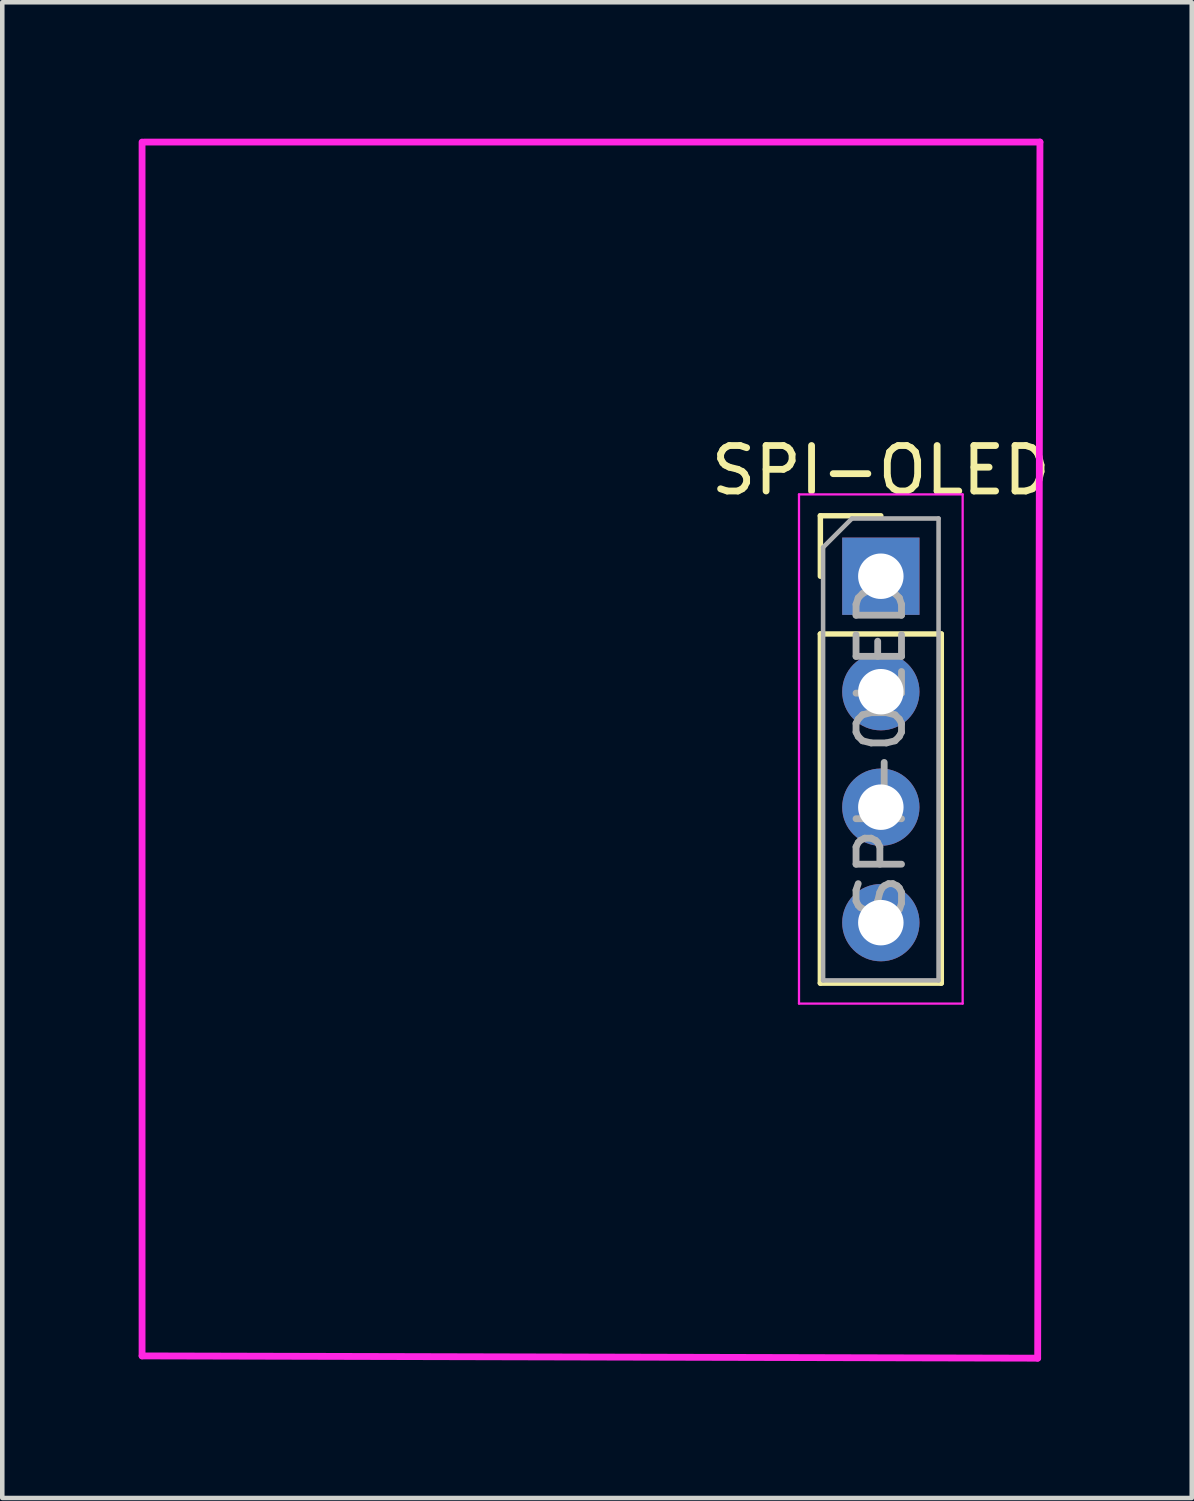
<source format=kicad_pcb>
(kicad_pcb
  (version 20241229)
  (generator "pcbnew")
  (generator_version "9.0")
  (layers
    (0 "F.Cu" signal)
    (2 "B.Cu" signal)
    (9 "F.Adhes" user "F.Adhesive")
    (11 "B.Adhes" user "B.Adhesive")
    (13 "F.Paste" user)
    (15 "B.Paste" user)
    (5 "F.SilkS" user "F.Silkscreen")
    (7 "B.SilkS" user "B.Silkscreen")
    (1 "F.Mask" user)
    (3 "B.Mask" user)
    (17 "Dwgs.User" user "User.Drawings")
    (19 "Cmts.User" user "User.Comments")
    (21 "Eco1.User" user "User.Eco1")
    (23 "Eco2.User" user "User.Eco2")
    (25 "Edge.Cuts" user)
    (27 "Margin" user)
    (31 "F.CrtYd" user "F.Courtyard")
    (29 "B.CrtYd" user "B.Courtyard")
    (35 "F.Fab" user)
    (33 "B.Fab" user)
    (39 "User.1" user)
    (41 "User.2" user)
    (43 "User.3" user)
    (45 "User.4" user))
  (footprint "SPI-OLED"
    (layer "F.Cu")
    (at 16.325 9.625)
    (property "Reference" "SPI-OLED" (at 0 -2.33 0) (layer "F.SilkS") (effects (font (size 1 1) (thickness 0.15))))
    (attr through_hole)
    (fp_line (start -1.33 -1.33) (end 0 -1.33) (stroke (width 0.12) (type solid)) (layer "F.SilkS"))
    (fp_line (start -1.33 0) (end -1.33 -1.33) (stroke (width 0.12) (type solid)) (layer "F.SilkS"))
    (fp_line (start -1.33 1.27) (end -1.33 8.95) (stroke (width 0.12) (type solid)) (layer "F.SilkS"))
    (fp_line (start -1.33 1.27) (end 1.33 1.27) (stroke (width 0.12) (type solid)) (layer "F.SilkS"))
    (fp_line (start -1.33 8.95) (end 1.33 8.95) (stroke (width 0.12) (type solid)) (layer "F.SilkS"))
    (fp_line (start 1.33 1.27) (end 1.33 8.95) (stroke (width 0.12) (type solid)) (layer "F.SilkS"))
    (fp_line (start -16.25 17.15) (end -16.25 -9.55) (stroke (width 0.15) (type solid)) (layer "F.CrtYd"))
    (fp_line (start -16.2 -9.55) (end 3.5 -9.55) (stroke (width 0.15) (type solid)) (layer "F.CrtYd"))
    (fp_line (start -1.8 -1.8) (end -1.8 9.4) (stroke (width 0.05) (type solid)) (layer "F.CrtYd"))
    (fp_line (start -1.8 9.4) (end 1.8 9.4) (stroke (width 0.05) (type solid)) (layer "F.CrtYd"))
    (fp_line (start 1.8 -1.8) (end -1.8 -1.8) (stroke (width 0.05) (type solid)) (layer "F.CrtYd"))
    (fp_line (start 1.8 9.4) (end 1.8 -1.8) (stroke (width 0.05) (type solid)) (layer "F.CrtYd"))
    (fp_line (start 3.45 17.2) (end -16.25 17.15) (stroke (width 0.15) (type solid)) (layer "F.CrtYd"))
    (fp_line (start 3.5 -9.55) (end 3.45 17.2) (stroke (width 0.15) (type solid)) (layer "F.CrtYd"))
    (fp_line (start -1.27 -0.635) (end -0.635 -1.27) (stroke (width 0.1) (type solid)) (layer "F.Fab"))
    (fp_line (start -1.27 8.89) (end -1.27 -0.635) (stroke (width 0.1) (type solid)) (layer "F.Fab"))
    (fp_line (start -0.635 -1.27) (end 1.27 -1.27) (stroke (width 0.1) (type solid)) (layer "F.Fab"))
    (fp_line (start 1.27 -1.27) (end 1.27 8.89) (stroke (width 0.1) (type solid)) (layer "F.Fab"))
    (fp_line (start 1.27 8.89) (end -1.27 8.89) (stroke (width 0.1) (type solid)) (layer "F.Fab"))
    (fp_text user "${REFERENCE}" (at 0 3.81 90) (layer "F.Fab") (effects (font (size 1 1) (thickness 0.15))))
    (pad "1" thru_hole rect (at 0 0) (size 1.7 1.7) (drill 1) (layers "*.Cu" "*.Mask"))
    (pad "2" thru_hole oval (at 0 2.54) (size 1.7 1.7) (drill 1) (layers "*.Cu" "*.Mask"))
    (pad "3" thru_hole oval (at 0 5.08) (size 1.7 1.7) (drill 1) (layers "*.Cu" "*.Mask"))
    (pad "4" thru_hole oval (at 0 7.62) (size 1.7 1.7) (drill 1) (layers "*.Cu" "*.Mask")))
  (gr_rect
    (start -3 -3)
    (end 23.164 29.9)
    (stroke (width 0.1) (type default))
    (fill no)
    (layer "Edge.Cuts")))
</source>
